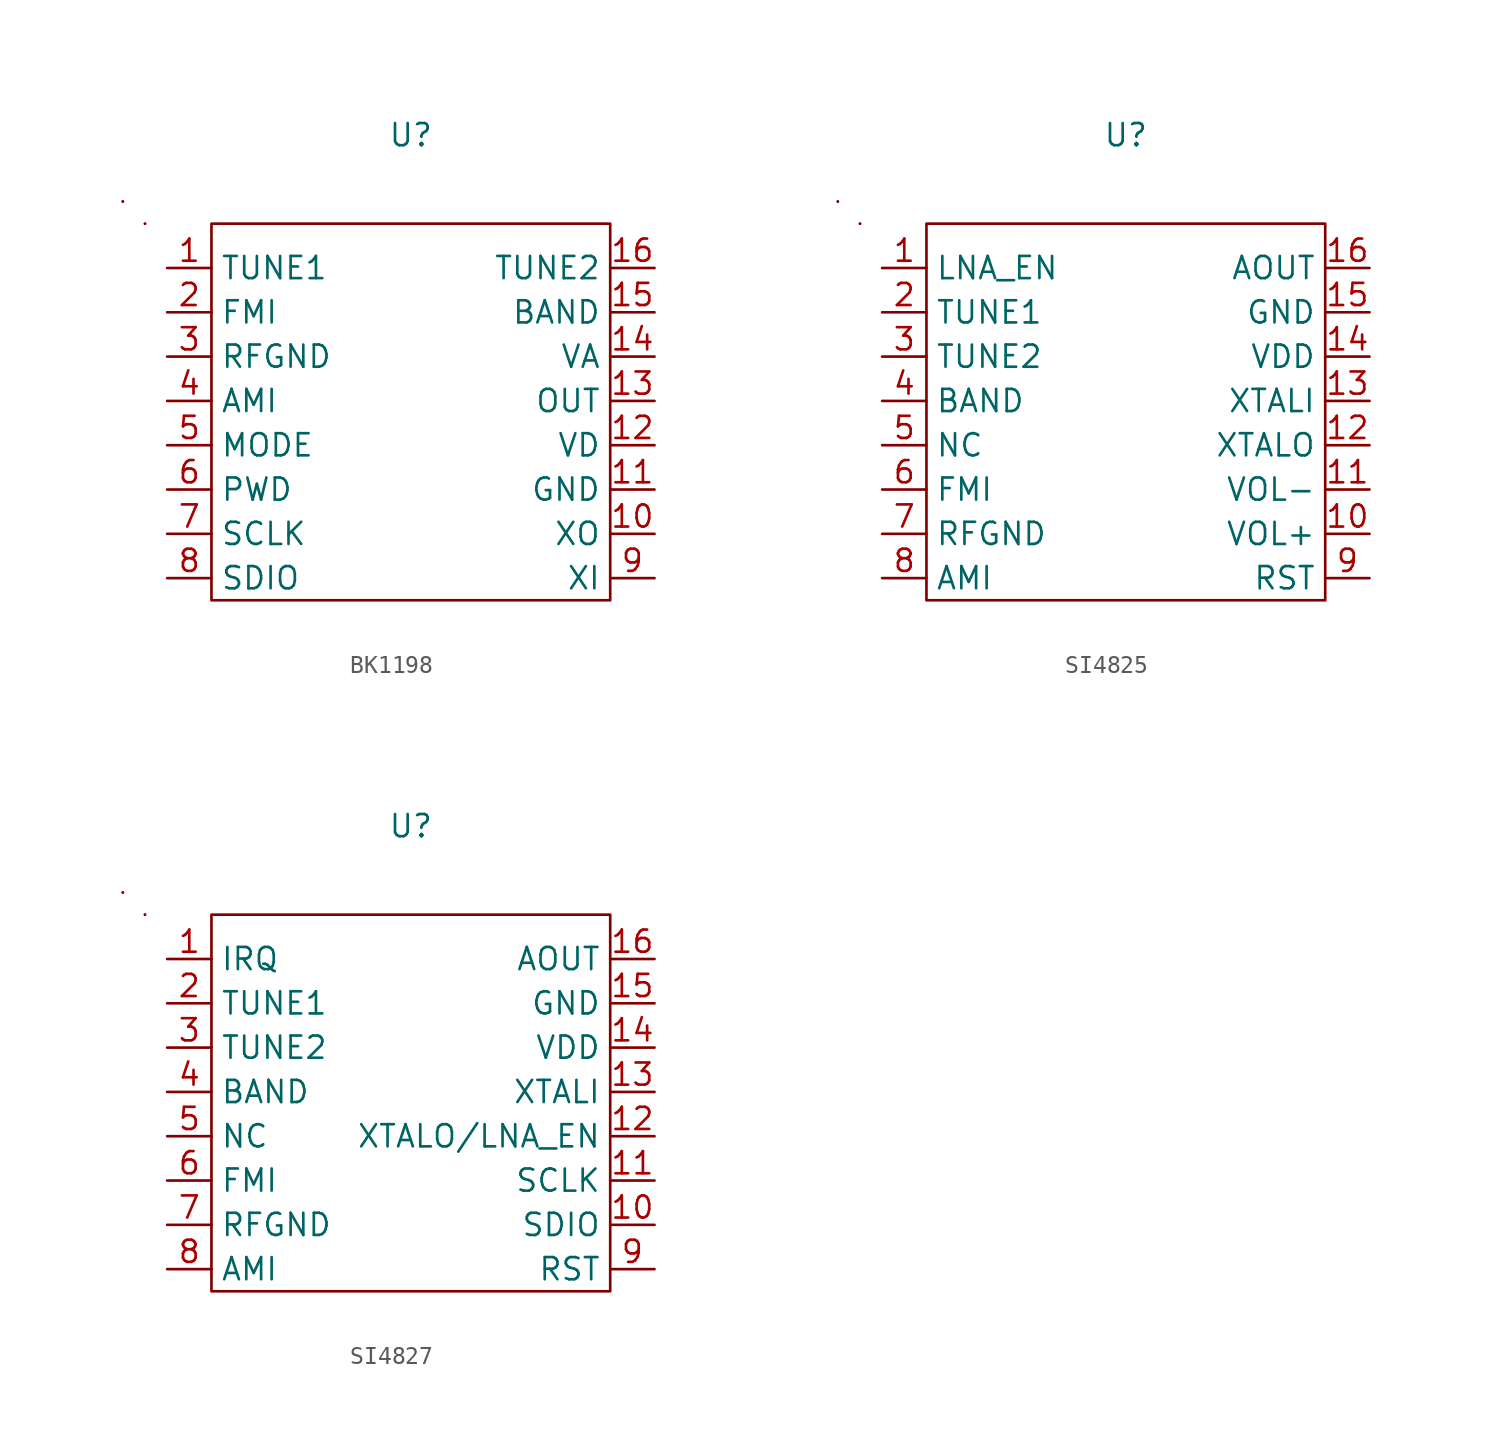
<source format=kicad_sym>
(kicad_symbol_lib
  (version 20220914)
  (generator kicad_symbol_editor)
  (symbol "BK1198"
    (property "Reference" "U"
      (at 0 6.35 0)
      (effects (font (size 1.27 1.27))))
    (property "Value" ""
      (at -13.97 -1.27 0)
      (effects (font (size 1.27 1.27))))
    (symbol "BK1198_0_1"
      (rectangle (start -16.51 2.54) (end -16.51 2.54) (stroke (width 0) (type default)) (fill (type none)))
      (rectangle (start -15.24 1.27) (end -15.24 1.27) (stroke (width 0) (type default)) (fill (type none)))
      (rectangle (start -15.24 1.27) (end -15.24 1.27) (stroke (width 0) (type default)) (fill (type none))))
    (symbol "BK1198_1_0"
      (pin input line (at -13.97 -1.27 0) (length 2.54) (name "TUNE1" (effects (font (size 1.27 1.27)))) (number "1" (effects (font (size 1.27 1.27)))))
      (pin passive line (at 13.97 -16.51 180) (length 2.54) (name "XO" (effects (font (size 1.27 1.27)))) (number "10" (effects (font (size 1.27 1.27)))))
      (pin bidirectional line (at 13.97 -13.97 180) (length 2.54) (name "GND" (effects (font (size 1.27 1.27)))) (number "11" (effects (font (size 1.27 1.27)))))
      (pin power_in line (at 13.97 -11.43 180) (length 2.54) (name "VD" (effects (font (size 1.27 1.27)))) (number "12" (effects (font (size 1.27 1.27)))))
      (pin output line (at 13.97 -8.89 180) (length 2.54) (name "OUT" (effects (font (size 1.27 1.27)))) (number "13" (effects (font (size 1.27 1.27)))))
      (pin power_in line (at 13.97 -6.35 180) (length 2.54) (name "VA" (effects (font (size 1.27 1.27)))) (number "14" (effects (font (size 1.27 1.27)))))
      (pin power_in line (at 13.97 -3.81 180) (length 2.54) (name "BAND" (effects (font (size 1.27 1.27)))) (number "15" (effects (font (size 1.27 1.27)))))
      (pin input line (at 13.97 -1.27 180) (length 2.54) (name "TUNE2" (effects (font (size 1.27 1.27)))) (number "16" (effects (font (size 1.27 1.27)))))
      (pin input line (at -13.97 -3.81 0) (length 2.54) (name "FMI" (effects (font (size 1.27 1.27)))) (number "2" (effects (font (size 1.27 1.27)))))
      (pin passive line (at -13.97 -6.35 0) (length 2.54) (name "RFGND" (effects (font (size 1.27 1.27)))) (number "3" (effects (font (size 1.27 1.27)))))
      (pin input line (at -13.97 -8.89 0) (length 2.54) (name "AMI" (effects (font (size 1.27 1.27)))) (number "4" (effects (font (size 1.27 1.27)))))
      (pin input line (at -13.97 -11.43 0) (length 2.54) (name "MODE" (effects (font (size 1.27 1.27)))) (number "5" (effects (font (size 1.27 1.27)))))
      (pin input line (at -13.97 -13.97 0) (length 2.54) (name "PWD" (effects (font (size 1.27 1.27)))) (number "6" (effects (font (size 1.27 1.27)))))
      (pin bidirectional line (at -13.97 -16.51 0) (length 2.54) (name "SCLK" (effects (font (size 1.27 1.27)))) (number "7" (effects (font (size 1.27 1.27)))))
      (pin bidirectional line (at -13.97 -19.05 0) (length 2.54) (name "SDIO" (effects (font (size 1.27 1.27)))) (number "8" (effects (font (size 1.27 1.27)))))
      (pin passive line (at 13.97 -19.05 180) (length 2.54) (name "XI" (effects (font (size 1.27 1.27)))) (number "9" (effects (font (size 1.27 1.27))))))
    (symbol "BK1198_1_1"
      (rectangle (start -16.51 2.54) (end -16.51 2.54) (stroke (width 0) (type default)) (fill (type none)))
      (rectangle (start -11.43 1.27) (end 11.43 -20.32) (stroke (width 0) (type default)) (fill (type none)))))
  (symbol "SI4825"
    (property "Reference" "U"
      (at 0 6.35 0)
      (effects (font (size 1.27 1.27))))
    (property "Value" ""
      (at -13.97 -1.27 0)
      (effects (font (size 1.27 1.27))))
    (symbol "SI4825_0_0"
      (pin bidirectional line (at 13.97 -8.89 180) (length 2.54) (name "XTALI" (effects (font (size 1.27 1.27)))) (number "13" (effects (font (size 1.27 1.27)))))
      (pin power_in line (at 13.97 -6.35 180) (length 2.54) (name "VDD" (effects (font (size 1.27 1.27)))) (number "14" (effects (font (size 1.27 1.27)))))
      (pin power_in line (at 13.97 -3.81 180) (length 2.54) (name "GND" (effects (font (size 1.27 1.27)))) (number "15" (effects (font (size 1.27 1.27)))))
      (pin output line (at 13.97 -1.27 180) (length 2.54) (name "AOUT" (effects (font (size 1.27 1.27)))) (number "16" (effects (font (size 1.27 1.27)))))
      (pin passive line (at -13.97 -3.81 0) (length 2.54) (name "TUNE1" (effects (font (size 1.27 1.27)))) (number "2" (effects (font (size 1.27 1.27)))))
      (pin passive line (at -13.97 -6.35 0) (length 2.54) (name "TUNE2" (effects (font (size 1.27 1.27)))) (number "3" (effects (font (size 1.27 1.27)))))
      (pin passive line (at -13.97 -8.89 0) (length 2.54) (name "BAND" (effects (font (size 1.27 1.27)))) (number "4" (effects (font (size 1.27 1.27)))))
      (pin free line (at -13.97 -11.43 0) (length 2.54) (name "NC" (effects (font (size 1.27 1.27)))) (number "5" (effects (font (size 1.27 1.27)))))
      (pin input line (at -13.97 -13.97 0) (length 2.54) (name "FMI" (effects (font (size 1.27 1.27)))) (number "6" (effects (font (size 1.27 1.27)))))
      (pin passive line (at -13.97 -16.51 0) (length 2.54) (name "RFGND" (effects (font (size 1.27 1.27)))) (number "7" (effects (font (size 1.27 1.27)))))
      (pin input line (at -13.97 -19.05 0) (length 2.54) (name "AMI" (effects (font (size 1.27 1.27)))) (number "8" (effects (font (size 1.27 1.27)))))
      (pin output line (at 13.97 -19.05 180) (length 2.54) (name "RST" (effects (font (size 1.27 1.27)))) (number "9" (effects (font (size 1.27 1.27))))))
    (symbol "SI4825_0_1"
      (rectangle (start -16.51 2.54) (end -16.51 2.54) (stroke (width 0) (type default)) (fill (type none)))
      (rectangle (start -15.24 1.27) (end -15.24 1.27) (stroke (width 0) (type default)) (fill (type none)))
      (rectangle (start -15.24 1.27) (end -15.24 1.27) (stroke (width 0) (type default)) (fill (type none))))
    (symbol "SI4825_1_0"
      (pin output line (at -13.97 -1.27 0) (length 2.54) (name "LNA_EN" (effects (font (size 1.27 1.27)))) (number "1" (effects (font (size 1.27 1.27)))))
      (pin bidirectional line (at 13.97 -16.51 180) (length 2.54) (name "VOL+" (effects (font (size 1.27 1.27)))) (number "10" (effects (font (size 1.27 1.27)))))
      (pin bidirectional line (at 13.97 -13.97 180) (length 2.54) (name "VOL-" (effects (font (size 1.27 1.27)))) (number "11" (effects (font (size 1.27 1.27)))))
      (pin bidirectional line (at 13.97 -11.43 180) (length 2.54) (name "XTALO" (effects (font (size 1.27 1.27)))) (number "12" (effects (font (size 1.27 1.27))))))
    (symbol "SI4825_1_1"
      (rectangle (start -16.51 2.54) (end -16.51 2.54) (stroke (width 0) (type default)) (fill (type none)))
      (rectangle (start -11.43 1.27) (end 11.43 -20.32) (stroke (width 0) (type default)) (fill (type none)))))
  (symbol "SI4827"
    (property "Reference" "U"
      (at 0 6.35 0)
      (effects (font (size 1.27 1.27))))
    (property "Value" ""
      (at -13.97 -1.27 0)
      (effects (font (size 1.27 1.27))))
    (symbol "SI4827_0_0"
      (pin output line (at -13.97 -1.27 0) (length 2.54) (name "IRQ" (effects (font (size 1.27 1.27)))) (number "1" (effects (font (size 1.27 1.27)))))
      (pin bidirectional line (at 13.97 -16.51 180) (length 2.54) (name "SDIO" (effects (font (size 1.27 1.27)))) (number "10" (effects (font (size 1.27 1.27)))))
      (pin bidirectional line (at 13.97 -13.97 180) (length 2.54) (name "SCLK" (effects (font (size 1.27 1.27)))) (number "11" (effects (font (size 1.27 1.27)))))
      (pin bidirectional line (at 13.97 -11.43 180) (length 2.54) (name "XTALO/LNA_EN" (effects (font (size 1.27 1.27)))) (number "12" (effects (font (size 1.27 1.27)))))
      (pin bidirectional line (at 13.97 -8.89 180) (length 2.54) (name "XTALI" (effects (font (size 1.27 1.27)))) (number "13" (effects (font (size 1.27 1.27)))))
      (pin power_in line (at 13.97 -6.35 180) (length 2.54) (name "VDD" (effects (font (size 1.27 1.27)))) (number "14" (effects (font (size 1.27 1.27)))))
      (pin power_in line (at 13.97 -3.81 180) (length 2.54) (name "GND" (effects (font (size 1.27 1.27)))) (number "15" (effects (font (size 1.27 1.27)))))
      (pin output line (at 13.97 -1.27 180) (length 2.54) (name "AOUT" (effects (font (size 1.27 1.27)))) (number "16" (effects (font (size 1.27 1.27)))))
      (pin passive line (at -13.97 -3.81 0) (length 2.54) (name "TUNE1" (effects (font (size 1.27 1.27)))) (number "2" (effects (font (size 1.27 1.27)))))
      (pin passive line (at -13.97 -6.35 0) (length 2.54) (name "TUNE2" (effects (font (size 1.27 1.27)))) (number "3" (effects (font (size 1.27 1.27)))))
      (pin passive line (at -13.97 -8.89 0) (length 2.54) (name "BAND" (effects (font (size 1.27 1.27)))) (number "4" (effects (font (size 1.27 1.27)))))
      (pin free line (at -13.97 -11.43 0) (length 2.54) (name "NC" (effects (font (size 1.27 1.27)))) (number "5" (effects (font (size 1.27 1.27)))))
      (pin input line (at -13.97 -13.97 0) (length 2.54) (name "FMI" (effects (font (size 1.27 1.27)))) (number "6" (effects (font (size 1.27 1.27)))))
      (pin passive line (at -13.97 -16.51 0) (length 2.54) (name "RFGND" (effects (font (size 1.27 1.27)))) (number "7" (effects (font (size 1.27 1.27)))))
      (pin input line (at -13.97 -19.05 0) (length 2.54) (name "AMI" (effects (font (size 1.27 1.27)))) (number "8" (effects (font (size 1.27 1.27)))))
      (pin output line (at 13.97 -19.05 180) (length 2.54) (name "RST" (effects (font (size 1.27 1.27)))) (number "9" (effects (font (size 1.27 1.27))))))
    (symbol "SI4827_0_1"
      (rectangle (start -16.51 2.54) (end -16.51 2.54) (stroke (width 0) (type default)) (fill (type none)))
      (rectangle (start -15.24 1.27) (end -15.24 1.27) (stroke (width 0) (type default)) (fill (type none)))
      (rectangle (start -15.24 1.27) (end -15.24 1.27) (stroke (width 0) (type default)) (fill (type none))))
    (symbol "SI4827_1_1"
      (rectangle (start -16.51 2.54) (end -16.51 2.54) (stroke (width 0) (type default)) (fill (type none)))
      (rectangle (start -11.43 1.27) (end 11.43 -20.32) (stroke (width 0) (type default)) (fill (type none))))))
</source>
